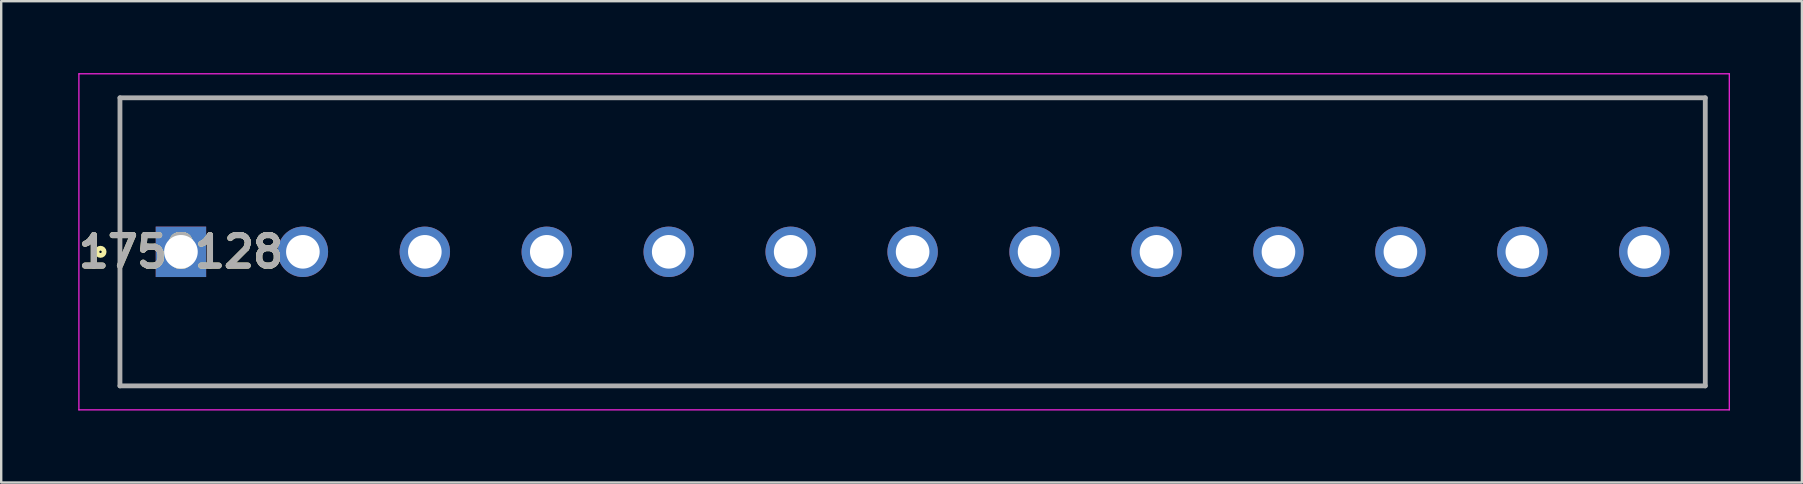
<source format=kicad_pcb>
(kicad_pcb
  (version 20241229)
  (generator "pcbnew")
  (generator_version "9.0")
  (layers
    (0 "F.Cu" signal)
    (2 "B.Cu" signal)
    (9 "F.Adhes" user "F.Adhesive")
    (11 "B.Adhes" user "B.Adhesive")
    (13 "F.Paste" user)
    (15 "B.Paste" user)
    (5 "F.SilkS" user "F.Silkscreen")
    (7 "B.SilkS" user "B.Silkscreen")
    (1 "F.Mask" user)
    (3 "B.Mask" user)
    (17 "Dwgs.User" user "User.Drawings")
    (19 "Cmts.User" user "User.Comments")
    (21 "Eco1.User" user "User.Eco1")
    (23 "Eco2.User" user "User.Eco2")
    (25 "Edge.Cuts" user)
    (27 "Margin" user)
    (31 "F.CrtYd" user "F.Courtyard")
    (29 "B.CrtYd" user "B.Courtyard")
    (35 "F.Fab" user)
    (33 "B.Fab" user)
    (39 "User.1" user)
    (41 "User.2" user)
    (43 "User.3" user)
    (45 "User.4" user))
  (footprint "1758128"
    (layer "F.Cu")
    (at 4.487 7.44)
    (property "Reference" "1758128" (at 0 0 0) (layer "F.SilkS") (effects (font (size 1.27 1.27) (thickness 0.254))))
    (attr through_hole)
    (fp_line (start -2.54 -6.415) (end 63.5 -6.415) (stroke (width 0.1) (type solid)) (layer "F.SilkS"))
    (fp_line (start -2.54 5.585) (end -2.54 -6.415) (stroke (width 0.1) (type solid)) (layer "F.SilkS"))
    (fp_line (start 63.5 -6.415) (end 63.5 5.585) (stroke (width 0.1) (type solid)) (layer "F.SilkS"))
    (fp_line (start 63.5 5.585) (end -2.54 5.585) (stroke (width 0.1) (type solid)) (layer "F.SilkS"))
    (fp_circle (center -3.35 0) (end -3.35 0.05) (stroke (width 0.2) (type solid)) (fill no) (layer "F.SilkS"))
    (fp_line (start -4.25 -7.415) (end 64.5 -7.415) (stroke (width 0.05) (type solid)) (layer "F.CrtYd"))
    (fp_line (start -4.25 6.585) (end -4.25 -7.415) (stroke (width 0.05) (type solid)) (layer "F.CrtYd"))
    (fp_line (start 64.5 -7.415) (end 64.5 6.585) (stroke (width 0.05) (type solid)) (layer "F.CrtYd"))
    (fp_line (start 64.5 6.585) (end -4.25 6.585) (stroke (width 0.05) (type solid)) (layer "F.CrtYd"))
    (fp_line (start -2.54 -6.415) (end 63.5 -6.415) (stroke (width 0.2) (type solid)) (layer "F.Fab"))
    (fp_line (start -2.54 5.585) (end -2.54 -6.415) (stroke (width 0.2) (type solid)) (layer "F.Fab"))
    (fp_line (start 63.5 -6.415) (end 63.5 5.585) (stroke (width 0.2) (type solid)) (layer "F.Fab"))
    (fp_line (start 63.5 5.585) (end -2.54 5.585) (stroke (width 0.2) (type solid)) (layer "F.Fab"))
    (fp_text user "${REFERENCE}" (at 0 0 0) (layer "F.Fab") (effects (font (size 1.27 1.27) (thickness 0.254))))
    (pad "1" thru_hole rect (at 0 0) (size 2.1 2.1) (drill 1.4) (layers "*.Cu" "*.Mask"))
    (pad "2" thru_hole circle (at 5.08 0) (size 2.1 2.1) (drill 1.4) (layers "*.Cu" "*.Mask"))
    (pad "3" thru_hole circle (at 10.16 0) (size 2.1 2.1) (drill 1.4) (layers "*.Cu" "*.Mask"))
    (pad "4" thru_hole circle (at 15.24 0) (size 2.1 2.1) (drill 1.4) (layers "*.Cu" "*.Mask"))
    (pad "5" thru_hole circle (at 20.32 0) (size 2.1 2.1) (drill 1.4) (layers "*.Cu" "*.Mask"))
    (pad "6" thru_hole circle (at 25.4 0) (size 2.1 2.1) (drill 1.4) (layers "*.Cu" "*.Mask"))
    (pad "7" thru_hole circle (at 30.48 0) (size 2.1 2.1) (drill 1.4) (layers "*.Cu" "*.Mask"))
    (pad "8" thru_hole circle (at 35.56 0) (size 2.1 2.1) (drill 1.4) (layers "*.Cu" "*.Mask"))
    (pad "9" thru_hole circle (at 40.64 0) (size 2.1 2.1) (drill 1.4) (layers "*.Cu" "*.Mask"))
    (pad "10" thru_hole circle (at 45.72 0) (size 2.1 2.1) (drill 1.4) (layers "*.Cu" "*.Mask"))
    (pad "11" thru_hole circle (at 50.8 0) (size 2.1 2.1) (drill 1.4) (layers "*.Cu" "*.Mask"))
    (pad "12" thru_hole circle (at 55.88 0) (size 2.1 2.1) (drill 1.4) (layers "*.Cu" "*.Mask"))
    (pad "13" thru_hole circle (at 60.96 0) (size 2.1 2.1) (drill 1.4) (layers "*.Cu" "*.Mask")))
  (gr_rect
    (start -3 -3)
    (end 72.012 17.05)
    (stroke (width 0.1) (type default))
    (fill no)
    (layer "Edge.Cuts")))
</source>
